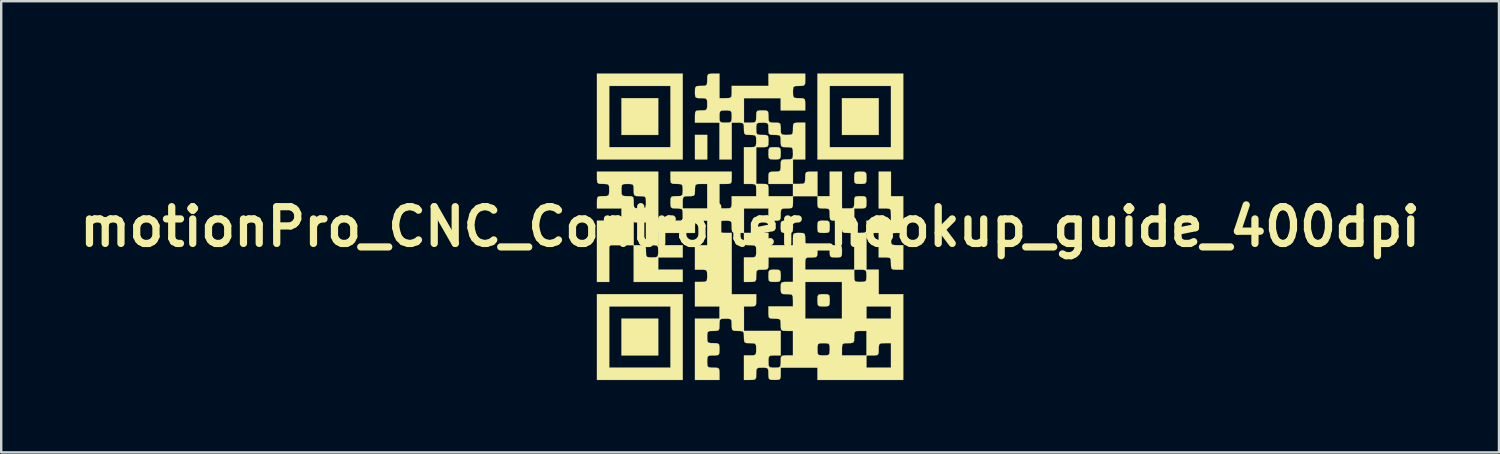
<source format=kicad_pcb>
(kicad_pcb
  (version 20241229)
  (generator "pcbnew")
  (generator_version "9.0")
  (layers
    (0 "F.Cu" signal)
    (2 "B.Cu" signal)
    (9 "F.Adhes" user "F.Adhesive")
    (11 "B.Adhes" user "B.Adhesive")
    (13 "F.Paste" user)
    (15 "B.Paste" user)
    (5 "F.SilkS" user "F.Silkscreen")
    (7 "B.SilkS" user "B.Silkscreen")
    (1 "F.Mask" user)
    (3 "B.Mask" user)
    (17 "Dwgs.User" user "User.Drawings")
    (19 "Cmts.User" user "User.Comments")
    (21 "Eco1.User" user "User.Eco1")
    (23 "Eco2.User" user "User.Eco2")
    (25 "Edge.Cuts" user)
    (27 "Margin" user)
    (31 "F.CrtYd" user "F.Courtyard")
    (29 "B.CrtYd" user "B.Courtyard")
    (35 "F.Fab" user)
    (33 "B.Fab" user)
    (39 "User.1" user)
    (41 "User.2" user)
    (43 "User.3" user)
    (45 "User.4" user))
  (footprint "motionPro_CNC_Controller_hookup_guide_400dpi"
    (layer "F.Cu")
    (at 28.056 6.355)
    (property "Reference" "motionPro_CNC_Controller_hookup_guide_400dpi" (at 0 0 0) (layer "F.SilkS") (effects (font (size 1.524 1.524) (thickness 0.3))))
    (attr through_hole)
    (fp_poly (pts (xy -3.81 -3.81) (xy -5.334 -3.81) (xy -5.334 -5.334) (xy -3.81 -5.334) (xy -3.81 -3.81)) (stroke (width 0.01) (type solid)) (fill yes) (layer "F.SilkS"))
    (fp_poly (pts (xy -3.81 5.334) (xy -5.334 5.334) (xy -5.334 3.81) (xy -3.81 3.81) (xy -3.81 5.334)) (stroke (width 0.01) (type solid)) (fill yes) (layer "F.SilkS"))
    (fp_poly (pts (xy -1.778 -2.794) (xy -2.286 -2.794) (xy -2.286 -3.81) (xy -1.778 -3.81) (xy -1.778 -2.794)) (stroke (width 0.01) (type solid)) (fill yes) (layer "F.SilkS"))
    (fp_poly (pts (xy 5.334 -3.81) (xy 3.81 -3.81) (xy 3.81 -5.334) (xy 5.334 -5.334) (xy 5.334 -3.81)) (stroke (width 0.01) (type solid)) (fill yes) (layer "F.SilkS"))
    (fp_poly (pts (xy -2.794 -2.794) (xy -6.35 -2.794) (xy -6.35 -5.842) (xy -5.842 -5.842) (xy -5.842 -3.302) (xy -3.302 -3.302) (xy -3.302 -5.842) (xy -5.842 -5.842) (xy -6.35 -5.842) (xy -6.35 -6.35) (xy -2.794 -6.35) (xy -2.794 -2.794)) (stroke (width 0.01) (type solid)) (fill yes) (layer "F.SilkS"))
    (fp_poly (pts (xy -2.794 6.35) (xy -6.35 6.35) (xy -6.35 3.302) (xy -5.842 3.302) (xy -5.842 5.842) (xy -3.302 5.842) (xy -3.302 3.302) (xy -5.842 3.302) (xy -6.35 3.302) (xy -6.35 2.794) (xy -2.794 2.794) (xy -2.794 6.35)) (stroke (width 0.01) (type solid)) (fill yes) (layer "F.SilkS"))
    (fp_poly (pts (xy 6.35 -2.794) (xy 2.794 -2.794) (xy 2.794 -5.842) (xy 3.302 -5.842) (xy 3.302 -3.302) (xy 5.842 -3.302) (xy 5.842 -5.842) (xy 3.302 -5.842) (xy 2.794 -5.842) (xy 2.794 -6.35) (xy 6.35 -6.35) (xy 6.35 -2.794)) (stroke (width 0.01) (type solid)) (fill yes) (layer "F.SilkS"))
    (fp_poly (pts (xy 1.179 -3.296) (xy 1.251 -3.253) (xy 1.269 -3.137) (xy 1.27 -3.048) (xy 1.264 -2.885) (xy 1.221 -2.813) (xy 1.105 -2.795) (xy 1.016 -2.794) (xy 0.853 -2.8) (xy 0.781 -2.843) (xy 0.763 -2.959) (xy 0.762 -3.048) (xy 0.768 -3.211) (xy 0.811 -3.283) (xy 0.927 -3.301) (xy 1.016 -3.302) (xy 1.179 -3.296)) (stroke (width 0.01) (type solid)) (fill yes) (layer "F.SilkS"))
    (fp_poly (pts (xy 1.179 1.784) (xy 1.251 1.827) (xy 1.269 1.943) (xy 1.27 2.032) (xy 1.264 2.195) (xy 1.221 2.267) (xy 1.105 2.285) (xy 1.016 2.286) (xy 0.853 2.28) (xy 0.781 2.237) (xy 0.763 2.121) (xy 0.762 2.032) (xy 0.768 1.869) (xy 0.811 1.797) (xy 0.927 1.779) (xy 1.016 1.778) (xy 1.179 1.784)) (stroke (width 0.01) (type solid)) (fill yes) (layer "F.SilkS"))
    (fp_poly (pts (xy 1.687 -0.248) (xy 1.759 -0.205) (xy 1.777 -0.089) (xy 1.778 0) (xy 1.772 0.163) (xy 1.729 0.235) (xy 1.613 0.253) (xy 1.524 0.254) (xy 1.361 0.248) (xy 1.289 0.205) (xy 1.271 0.089) (xy 1.27 0) (xy 1.276 -0.163) (xy 1.319 -0.235) (xy 1.435 -0.253) (xy 1.524 -0.254) (xy 1.687 -0.248)) (stroke (width 0.01) (type solid)) (fill yes) (layer "F.SilkS"))
    (fp_poly (pts (xy 3.211 -0.248) (xy 3.283 -0.205) (xy 3.301 -0.089) (xy 3.302 0) (xy 3.296 0.163) (xy 3.253 0.235) (xy 3.137 0.253) (xy 3.048 0.254) (xy 2.885 0.248) (xy 2.813 0.205) (xy 2.795 0.089) (xy 2.794 0) (xy 2.8 -0.163) (xy 2.843 -0.235) (xy 2.959 -0.253) (xy 3.048 -0.254) (xy 3.211 -0.248)) (stroke (width 0.01) (type solid)) (fill yes) (layer "F.SilkS"))
    (fp_poly (pts (xy 3.211 2.8) (xy 3.283 2.843) (xy 3.301 2.959) (xy 3.302 3.048) (xy 3.296 3.211) (xy 3.253 3.283) (xy 3.137 3.301) (xy 3.048 3.302) (xy 2.885 3.296) (xy 2.813 3.253) (xy 2.795 3.137) (xy 2.794 3.048) (xy 2.8 2.885) (xy 2.843 2.813) (xy 2.959 2.795) (xy 3.048 2.794) (xy 3.211 2.8)) (stroke (width 0.01) (type solid)) (fill yes) (layer "F.SilkS"))
    (fp_poly (pts (xy 3.719 0.768) (xy 3.791 0.811) (xy 3.809 0.927) (xy 3.81 1.016) (xy 3.804 1.179) (xy 3.761 1.251) (xy 3.645 1.269) (xy 3.556 1.27) (xy 3.393 1.264) (xy 3.321 1.221) (xy 3.303 1.105) (xy 3.302 1.016) (xy 3.308 0.853) (xy 3.351 0.781) (xy 3.467 0.763) (xy 3.556 0.762) (xy 3.719 0.768)) (stroke (width 0.01) (type solid)) (fill yes) (layer "F.SilkS"))
    (fp_poly (pts (xy 4.735 -2.28) (xy 4.807 -2.237) (xy 4.825 -2.121) (xy 4.826 -2.032) (xy 4.82 -1.869) (xy 4.777 -1.797) (xy 4.661 -1.779) (xy 4.572 -1.778) (xy 4.409 -1.784) (xy 4.337 -1.827) (xy 4.319 -1.943) (xy 4.318 -2.032) (xy 4.324 -2.195) (xy 4.367 -2.267) (xy 4.483 -2.285) (xy 4.572 -2.286) (xy 4.735 -2.28)) (stroke (width 0.01) (type solid)) (fill yes) (layer "F.SilkS"))
    (fp_poly (pts (xy -5.842 0.762) (xy -5.842 2.286) (xy -6.35 2.286) (xy -6.35 -0.254) (xy -5.334 -0.254) (xy -4.826 -0.254) (xy -4.826 0.762) (xy -4.572 0.762) (xy -4.409 0.768) (xy -4.337 0.811) (xy -4.319 0.927) (xy -4.318 1.016) (xy -4.312 1.179) (xy -4.269 1.251) (xy -4.153 1.269) (xy -4.064 1.27) (xy -3.901 1.264) (xy -3.829 1.221) (xy -3.811 1.105) (xy -3.81 1.016) (xy -3.816 0.853) (xy -3.859 0.781) (xy -3.975 0.763) (xy -4.064 0.762) (xy -4.318 0.762) (xy -4.318 -0.254) (xy -4.826 -0.254) (xy -5.334 -0.254) (xy -5.334 -0.762) (xy -6.35 -0.762) (xy -6.35 -1.016) (xy -6.344 -1.179) (xy -6.301 -1.251) (xy -6.185 -1.269) (xy -6.096 -1.27) (xy -5.933 -1.276) (xy -5.861 -1.319) (xy -5.843 -1.435) (xy -5.842 -1.524) (xy -5.334 -1.524) (xy -5.328 -1.361) (xy -5.285 -1.289) (xy -5.169 -1.271) (xy -5.08 -1.27) (xy -4.917 -1.264) (xy -4.845 -1.221) (xy -4.827 -1.105) (xy -4.826 -1.016) (xy -4.82 -0.853) (xy -4.777 -0.781) (xy -4.661 -0.763) (xy -4.572 -0.762) (xy -4.409 -0.768) (xy -4.337 -0.811) (xy -4.319 -0.927) (xy -4.318 -1.016) (xy -4.324 -1.179) (xy -4.367 -1.251) (xy -4.483 -1.269) (xy -4.572 -1.27) (xy -4.735 -1.276) (xy -4.807 -1.319) (xy -4.825 -1.435) (xy -4.826 -1.524) (xy -4.832 -1.687) (xy -4.875 -1.759) (xy -4.991 -1.777) (xy -5.08 -1.778) (xy -5.243 -1.772) (xy -5.315 -1.729) (xy -5.333 -1.613) (xy -5.334 -1.524) (xy -5.842 -1.524) (xy -5.848 -1.687) (xy -5.891 -1.759) (xy -6.007 -1.777) (xy -6.096 -1.778) (xy -6.259 -1.784) (xy -6.331 -1.827) (xy -6.349 -1.943) (xy -6.35 -2.032) (xy -6.35 -2.286) (xy -3.81 -2.286) (xy -3.81 -0.254) (xy -2.794 -0.254) (xy -2.794 -0.508) (xy -2.8 -0.671) (xy -2.843 -0.743) (xy -2.959 -0.761) (xy -3.048 -0.762) (xy -3.211 -0.768) (xy -3.283 -0.811) (xy -3.301 -0.927) (xy -3.302 -1.016) (xy -2.794 -1.016) (xy -2.794 -0.762) (xy -1.778 -0.762) (xy -1.778 -1.778) (xy -2.032 -1.778) (xy -2.195 -1.772) (xy -2.267 -1.729) (xy -2.285 -1.613) (xy -2.286 -1.524) (xy -2.292 -1.361) (xy -2.335 -1.289) (xy -2.451 -1.271) (xy -2.54 -1.27) (xy -2.703 -1.264) (xy -2.775 -1.221) (xy -2.793 -1.105) (xy -2.794 -1.016) (xy -3.302 -1.016) (xy -3.296 -1.179) (xy -3.253 -1.251) (xy -3.137 -1.269) (xy -3.048 -1.27) (xy -2.885 -1.276) (xy -2.813 -1.319) (xy -2.795 -1.435) (xy -2.794 -1.524) (xy -2.8 -1.687) (xy -2.843 -1.759) (xy -2.959 -1.777) (xy -3.048 -1.778) (xy -3.211 -1.784) (xy -3.283 -1.827) (xy -3.301 -1.943) (xy -3.302 -2.032) (xy -3.302 -2.286) (xy -0.762 -2.286) (xy -0.762 -2.032) (xy -0.768 -1.869) (xy -0.811 -1.797) (xy -0.927 -1.779) (xy -1.016 -1.778) (xy -1.27 -1.778) (xy -1.27 -0.762) (xy -1.016 -0.762) (xy -0.254 -0.762) (xy -0.254 0.254) (xy 0.762 0.254) (xy 0.762 0.762) (xy 1.778 0.762) (xy 1.778 0.508) (xy 1.784 0.345) (xy 1.827 0.273) (xy 1.943 0.255) (xy 2.032 0.254) (xy 2.195 0.26) (xy 2.267 0.303) (xy 2.285 0.419) (xy 2.286 0.508) (xy 2.292 0.671) (xy 2.335 0.743) (xy 2.451 0.761) (xy 2.54 0.762) (xy 2.703 0.768) (xy 2.775 0.811) (xy 2.793 0.927) (xy 2.794 1.016) (xy 2.788 1.179) (xy 2.745 1.251) (xy 2.629 1.269) (xy 2.54 1.27) (xy 2.377 1.276) (xy 2.305 1.319) (xy 2.287 1.435) (xy 2.286 1.524) (xy 2.286 1.778) (xy 4.318 1.778) (xy 4.318 2.032) (xy 4.324 2.195) (xy 4.367 2.267) (xy 4.483 2.285) (xy 4.572 2.286) (xy 4.735 2.28) (xy 4.807 2.237) (xy 4.825 2.121) (xy 4.826 2.032) (xy 4.82 1.869) (xy 4.777 1.797) (xy 4.661 1.779) (xy 4.572 1.778) (xy 4.318 1.778) (xy 4.318 0.254) (xy 4.064 0.254) (xy 3.901 0.248) (xy 3.829 0.205) (xy 3.811 0.089) (xy 3.81 0) (xy 3.804 -0.163) (xy 3.761 -0.235) (xy 3.645 -0.253) (xy 3.556 -0.254) (xy 3.393 -0.26) (xy 3.321 -0.303) (xy 3.303 -0.419) (xy 3.302 -0.508) (xy 3.296 -0.671) (xy 3.253 -0.743) (xy 3.137 -0.761) (xy 3.048 -0.762) (xy 2.885 -0.768) (xy 2.813 -0.811) (xy 2.795 -0.927) (xy 2.794 -1.016) (xy 2.794 -1.27) (xy 1.778 -1.27) (xy 1.778 -1.016) (xy 1.772 -0.853) (xy 1.729 -0.781) (xy 1.613 -0.763) (xy 1.524 -0.762) (xy 1.361 -0.756) (xy 1.289 -0.713) (xy 1.271 -0.597) (xy 1.27 -0.508) (xy 1.264 -0.345) (xy 1.221 -0.273) (xy 1.105 -0.255) (xy 1.016 -0.254) (xy 0.853 -0.26) (xy 0.781 -0.303) (xy 0.763 -0.419) (xy 0.762 -0.508) (xy 0.762 -0.762) (xy -0.254 -0.762) (xy -1.016 -0.762) (xy -0.853 -0.768) (xy -0.781 -0.811) (xy -0.763 -0.927) (xy -0.762 -1.016) (xy -0.762 -1.27) (xy 0.254 -1.27) (xy 0.254 -1.524) (xy 0.248 -1.687) (xy 0.205 -1.759) (xy 0.089 -1.777) (xy 0 -1.778) (xy -0.254 -1.778) (xy -0.254 -3.302) (xy 0 -3.302) (xy 0.163 -3.308) (xy 0.235 -3.351) (xy 0.253 -3.467) (xy 0.254 -3.556) (xy 0.248 -3.719) (xy 0.205 -3.791) (xy 0.089 -3.809) (xy 0 -3.81) (xy -0.163 -3.816) (xy -0.235 -3.859) (xy -0.253 -3.975) (xy -0.254 -4.064) (xy 0.254 -4.064) (xy 0.26 -3.901) (xy 0.303 -3.829) (xy 0.419 -3.811) (xy 0.508 -3.81) (xy 0.671 -3.804) (xy 0.743 -3.761) (xy 0.761 -3.645) (xy 0.762 -3.556) (xy 0.756 -3.393) (xy 0.713 -3.321) (xy 0.597 -3.303) (xy 0.508 -3.302) (xy 0.254 -3.302) (xy 0.254 -1.778) (xy 0.508 -1.778) (xy 0.671 -1.772) (xy 0.743 -1.729) (xy 0.761 -1.613) (xy 0.762 -1.524) (xy 0.762 -1.27) (xy 1.778 -1.27) (xy 1.778 -1.778) (xy 0.762 -1.778) (xy 0.762 -2.032) (xy 0.768 -2.195) (xy 0.811 -2.267) (xy 0.927 -2.285) (xy 1.016 -2.286) (xy 1.179 -2.292) (xy 1.251 -2.335) (xy 1.269 -2.451) (xy 1.27 -2.54) (xy 1.276 -2.703) (xy 1.319 -2.775) (xy 1.435 -2.793) (xy 1.524 -2.794) (xy 1.687 -2.8) (xy 1.759 -2.843) (xy 1.777 -2.959) (xy 1.778 -3.048) (xy 1.772 -3.211) (xy 1.729 -3.283) (xy 1.613 -3.301) (xy 1.524 -3.302) (xy 1.361 -3.308) (xy 1.289 -3.351) (xy 1.271 -3.467) (xy 1.27 -3.556) (xy 1.264 -3.719) (xy 1.221 -3.791) (xy 1.105 -3.809) (xy 1.016 -3.81) (xy 0.853 -3.816) (xy 0.781 -3.859) (xy 0.763 -3.975) (xy 0.762 -4.064) (xy 0.756 -4.227) (xy 0.713 -4.299) (xy 0.597 -4.317) (xy 0.508 -4.318) (xy 0.345 -4.312) (xy 0.273 -4.269) (xy 0.255 -4.153) (xy 0.254 -4.064) (xy -0.254 -4.064) (xy -0.26 -4.227) (xy -0.303 -4.299) (xy -0.419 -4.317) (xy -0.508 -4.318) (xy -0.762 -4.318) (xy -0.762 -2.794) (xy -1.27 -2.794) (xy -1.27 -4.318) (xy -2.286 -4.318) (xy -2.286 -4.572) (xy -1.27 -4.572) (xy -1.264 -4.409) (xy -1.221 -4.337) (xy -1.105 -4.319) (xy -1.016 -4.318) (xy -0.853 -4.324) (xy -0.781 -4.367) (xy -0.763 -4.483) (xy -0.762 -4.572) (xy -0.768 -4.735) (xy -0.811 -4.807) (xy -0.927 -4.825) (xy -1.016 -4.826) (xy -1.179 -4.82) (xy -1.251 -4.777) (xy -1.269 -4.661) (xy -1.27 -4.572) (xy -2.286 -4.572) (xy -2.28 -4.735) (xy -2.237 -4.807) (xy -2.121 -4.825) (xy -2.032 -4.826) (xy -1.869 -4.832) (xy -1.797 -4.875) (xy -1.779 -4.991) (xy -1.778 -5.08) (xy -1.784 -5.243) (xy -1.827 -5.315) (xy -1.943 -5.333) (xy -2.032 -5.334) (xy -2.195 -5.34) (xy -2.267 -5.383) (xy -2.285 -5.499) (xy -2.286 -5.588) (xy -2.28 -5.751) (xy -2.237 -5.823) (xy -2.121 -5.841) (xy -2.032 -5.842) (xy -1.869 -5.848) (xy -1.797 -5.891) (xy -1.779 -6.007) (xy -1.778 -6.096) (xy -1.772 -6.259) (xy -1.729 -6.331) (xy -1.613 -6.349) (xy -1.524 -6.35) (xy -1.27 -6.35) (xy -1.27 -5.334) (xy -1.016 -5.334) (xy -0.853 -5.34) (xy -0.781 -5.383) (xy -0.763 -5.499) (xy -0.762 -5.588) (xy -0.762 -5.842) (xy 0.762 -5.842) (xy 0.762 -6.35) (xy 2.286 -6.35) (xy 2.286 -6.096) (xy 2.28 -5.933) (xy 2.237 -5.861) (xy 2.121 -5.843) (xy 2.032 -5.842) (xy 1.869 -5.836) (xy 1.797 -5.793) (xy 1.779 -5.677) (xy 1.778 -5.588) (xy 1.784 -5.425) (xy 1.827 -5.353) (xy 1.943 -5.335) (xy 2.032 -5.334) (xy 2.195 -5.328) (xy 2.267 -5.285) (xy 2.285 -5.169) (xy 2.286 -5.08) (xy 2.286 -4.826) (xy 1.27 -4.826) (xy 1.27 -5.334) (xy -0.254 -5.334) (xy -0.254 -4.318) (xy 0 -4.318) (xy 0.163 -4.324) (xy 0.235 -4.367) (xy 0.253 -4.483) (xy 0.254 -4.572) (xy 0.26 -4.735) (xy 0.303 -4.807) (xy 0.419 -4.825) (xy 0.508 -4.826) (xy 0.671 -4.82) (xy 0.743 -4.777) (xy 0.761 -4.661) (xy 0.762 -4.572) (xy 0.768 -4.409) (xy 0.811 -4.337) (xy 0.927 -4.319) (xy 1.016 -4.318) (xy 1.179 -4.312) (xy 1.251 -4.269) (xy 1.269 -4.153) (xy 1.27 -4.064) (xy 1.276 -3.901) (xy 1.319 -3.829) (xy 1.435 -3.811) (xy 1.524 -3.81) (xy 1.687 -3.816) (xy 1.759 -3.859) (xy 1.777 -3.975) (xy 1.778 -4.064) (xy 1.784 -4.227) (xy 1.827 -4.299) (xy 1.943 -4.317) (xy 2.032 -4.318) (xy 2.286 -4.318) (xy 2.286 -2.794) (xy 1.778 -2.794) (xy 1.778 -1.778) (xy 2.032 -1.778) (xy 2.195 -1.784) (xy 2.267 -1.827) (xy 2.285 -1.943) (xy 2.286 -2.032) (xy 2.292 -2.195) (xy 2.335 -2.267) (xy 2.451 -2.285) (xy 2.54 -2.286) (xy 2.794 -2.286) (xy 2.794 -1.27) (xy 3.302 -1.27) (xy 3.302 -2.286) (xy 3.81 -2.286) (xy 3.81 -0.762) (xy 4.064 -0.762) (xy 4.227 -0.768) (xy 4.299 -0.811) (xy 4.317 -0.927) (xy 4.318 -1.016) (xy 4.324 -1.179) (xy 4.367 -1.251) (xy 4.483 -1.269) (xy 4.572 -1.27) (xy 4.735 -1.264) (xy 4.807 -1.221) (xy 4.825 -1.105) (xy 4.826 -1.016) (xy 4.82 -0.853) (xy 4.777 -0.781) (xy 4.661 -0.763) (xy 4.572 -0.762) (xy 4.318 -0.762) (xy 4.318 0.254) (xy 4.572 0.254) (xy 4.735 0.248) (xy 4.807 0.205) (xy 4.825 0.089) (xy 4.826 0) (xy 4.826 -0.254) (xy 5.842 -0.254) (xy 5.842 -0.508) (xy 5.836 -0.671) (xy 5.793 -0.743) (xy 5.677 -0.761) (xy 5.588 -0.762) (xy 5.334 -0.762) (xy 5.334 -2.286) (xy 5.842 -2.286) (xy 5.842 -1.27) (xy 6.35 -1.27) (xy 6.35 0.254) (xy 6.096 0.254) (xy 5.933 0.26) (xy 5.861 0.303) (xy 5.843 0.419) (xy 5.842 0.508) (xy 5.848 0.671) (xy 5.891 0.743) (xy 6.007 0.761) (xy 6.096 0.762) (xy 6.35 0.762) (xy 6.35 1.778) (xy 6.096 1.778) (xy 5.933 1.772) (xy 5.861 1.729) (xy 5.843 1.613) (xy 5.842 1.524) (xy 5.836 1.361) (xy 5.793 1.289) (xy 5.677 1.271) (xy 5.588 1.27) (xy 5.334 1.27) (xy 5.334 0.254) (xy 4.826 0.254) (xy 4.826 1.778) (xy 5.334 1.778) (xy 5.334 2.794) (xy 6.35 2.794) (xy 6.35 6.35) (xy 2.794 6.35) (xy 2.794 5.842) (xy 1.27 5.842) (xy 1.27 6.096) (xy 1.264 6.259) (xy 1.221 6.331) (xy 1.105 6.349) (xy 1.016 6.35) (xy 0.853 6.344) (xy 0.781 6.301) (xy 0.763 6.185) (xy 0.762 6.096) (xy 0.756 5.933) (xy 0.713 5.861) (xy 0.597 5.843) (xy 0.508 5.842) (xy 0.345 5.848) (xy 0.273 5.891) (xy 0.255 6.007) (xy 0.254 6.096) (xy 0.248 6.259) (xy 0.205 6.331) (xy 0.089 6.349) (xy 0 6.35) (xy -0.254 6.35) (xy -0.254 5.334) (xy 0 5.334) (xy 0.163 5.328) (xy 0.235 5.285) (xy 0.253 5.169) (xy 0.254 5.08) (xy 0.248 4.917) (xy 0.205 4.845) (xy 0.089 4.827) (xy 0 4.826) (xy -0.163 4.82) (xy -0.235 4.777) (xy -0.253 4.661) (xy -0.254 4.572) (xy -0.26 4.409) (xy -0.303 4.337) (xy -0.419 4.319) (xy -0.508 4.318) (xy -0.671 4.312) (xy -0.743 4.269) (xy -0.761 4.153) (xy -0.762 4.064) (xy -0.768 3.901) (xy -0.811 3.829) (xy -0.927 3.811) (xy -1.016 3.81) (xy -1.179 3.816) (xy -1.251 3.859) (xy -1.269 3.975) (xy -1.27 4.064) (xy -1.276 4.227) (xy -1.319 4.299) (xy -1.435 4.317) (xy -1.524 4.318) (xy -1.687 4.324) (xy -1.759 4.367) (xy -1.777 4.483) (xy -1.778 4.572) (xy -1.772 4.735) (xy -1.729 4.807) (xy -1.613 4.825) (xy -1.524 4.826) (xy -1.361 4.832) (xy -1.289 4.875) (xy -1.271 4.991) (xy -1.27 5.08) (xy -1.276 5.243) (xy -1.319 5.315) (xy -1.435 5.333) (xy -1.524 5.334) (xy -1.687 5.34) (xy -1.759 5.383) (xy -1.777 5.499) (xy -1.778 5.588) (xy -1.772 5.751) (xy -1.729 5.823) (xy -1.613 5.841) (xy -1.524 5.842) (xy -1.361 5.848) (xy -1.289 5.891) (xy -1.271 6.007) (xy -1.27 6.096) (xy -1.27 6.35) (xy -2.286 6.35) (xy -2.286 3.81) (xy -1.27 3.81) (xy -1.27 3.302) (xy -2.286 3.302) (xy -2.286 2.286) (xy -2.032 2.286) (xy -1.869 2.28) (xy -1.797 2.237) (xy -1.779 2.121) (xy -1.778 2.032) (xy -1.784 1.869) (xy -1.827 1.797) (xy -1.943 1.779) (xy -2.032 1.778) (xy -2.286 1.778) (xy -2.286 0.762) (xy -1.778 0.762) (xy -1.778 0) (xy -1.27 0) (xy -1.264 0.163) (xy -1.221 0.235) (xy -1.105 0.253) (xy -1.016 0.254) (xy -0.762 0.254) (xy -0.762 2.794) (xy 0.254 2.794) (xy 0.254 3.048) (xy 0.248 3.211) (xy 0.205 3.283) (xy 0.089 3.301) (xy 0 3.302) (xy -0.254 3.302) (xy -0.254 4.318) (xy 1.27 4.318) (xy 1.27 5.334) (xy 1.016 5.334) (xy 0.853 5.34) (xy 0.781 5.383) (xy 0.763 5.499) (xy 0.762 5.588) (xy 0.768 5.751) (xy 0.811 5.823) (xy 0.927 5.841) (xy 1.016 5.842) (xy 1.179 5.836) (xy 1.251 5.793) (xy 1.269 5.677) (xy 1.27 5.588) (xy 1.276 5.425) (xy 1.319 5.353) (xy 1.435 5.335) (xy 1.524 5.334) (xy 1.778 5.334) (xy 1.778 5.08) (xy 2.794 5.08) (xy 2.8 5.243) (xy 2.843 5.315) (xy 2.959 5.333) (xy 3.048 5.334) (xy 3.211 5.328) (xy 3.283 5.285) (xy 3.301 5.169) (xy 3.302 5.08) (xy 3.81 5.08) (xy 3.81 5.334) (xy 4.826 5.334) (xy 4.826 5.842) (xy 5.842 5.842) (xy 5.842 4.826) (xy 5.588 4.826) (xy 5.425 4.832) (xy 5.353 4.875) (xy 5.335 4.991) (xy 5.334 5.08) (xy 5.328 5.243) (xy 5.285 5.315) (xy 5.169 5.333) (xy 5.08 5.334) (xy 4.826 5.334) (xy 4.826 4.318) (xy 4.572 4.318) (xy 4.409 4.324) (xy 4.337 4.367) (xy 4.319 4.483) (xy 4.318 4.572) (xy 4.312 4.735) (xy 4.269 4.807) (xy 4.153 4.825) (xy 4.064 4.826) (xy 3.901 4.832) (xy 3.829 4.875) (xy 3.811 4.991) (xy 3.81 5.08) (xy 3.302 5.08) (xy 3.296 4.917) (xy 3.253 4.845) (xy 3.137 4.827) (xy 3.048 4.826) (xy 2.885 4.832) (xy 2.813 4.875) (xy 2.795 4.991) (xy 2.794 5.08) (xy 1.778 5.08) (xy 1.778 4.318) (xy 1.524 4.318) (xy 1.361 4.312) (xy 1.289 4.269) (xy 1.271 4.153) (xy 1.27 4.064) (xy 1.264 3.901) (xy 1.221 3.829) (xy 1.105 3.811) (xy 1.016 3.81) (xy 0.853 3.804) (xy 0.781 3.761) (xy 0.763 3.645) (xy 0.762 3.556) (xy 0.762 3.302) (xy 1.778 3.302) (xy 1.778 3.048) (xy 1.772 2.885) (xy 1.729 2.813) (xy 1.613 2.795) (xy 1.524 2.794) (xy 1.361 2.788) (xy 1.289 2.745) (xy 1.271 2.629) (xy 1.27 2.54) (xy 1.276 2.377) (xy 1.319 2.305) (xy 1.435 2.287) (xy 1.524 2.286) (xy 1.778 2.286) (xy 2.286 2.286) (xy 2.286 3.81) (xy 3.81 3.81) (xy 3.81 3.302) (xy 4.826 3.302) (xy 4.826 3.81) (xy 5.842 3.81) (xy 5.842 3.302) (xy 4.826 3.302) (xy 3.81 3.302) (xy 3.81 2.286) (xy 2.286 2.286) (xy 1.778 2.286) (xy 1.778 1.27) (xy 0.762 1.27) (xy 0.762 1.524) (xy 0.756 1.687) (xy 0.713 1.759) (xy 0.597 1.777) (xy 0.508 1.778) (xy 0.345 1.784) (xy 0.273 1.827) (xy 0.255 1.943) (xy 0.254 2.032) (xy 0.248 2.195) (xy 0.205 2.267) (xy 0.089 2.285) (xy 0 2.286) (xy -0.254 2.286) (xy -0.254 1.27) (xy 0 1.27) (xy 0.163 1.264) (xy 0.235 1.221) (xy 0.253 1.105) (xy 0.254 1.016) (xy 0.248 0.853) (xy 0.205 0.781) (xy 0.089 0.763) (xy 0 0.762) (xy -0.163 0.756) (xy -0.235 0.713) (xy -0.253 0.597) (xy -0.254 0.508) (xy -0.254 0.254) (xy -0.508 0.254) (xy -0.671 0.248) (xy -0.743 0.205) (xy -0.761 0.089) (xy -0.762 0) (xy -0.768 -0.163) (xy -0.811 -0.235) (xy -0.927 -0.253) (xy -1.016 -0.254) (xy -1.179 -0.248) (xy -1.251 -0.205) (xy -1.269 -0.089) (xy -1.27 0) (xy -1.778 0) (xy -1.778 -0.254) (xy -2.032 -0.254) (xy -2.195 -0.248) (xy -2.267 -0.205) (xy -2.285 -0.089) (xy -2.286 0) (xy -2.286 0.254) (xy -3.81 0.254) (xy -3.81 0.762) (xy -2.794 0.762) (xy -2.794 1.27) (xy -3.81 1.27) (xy -3.81 1.778) (xy -2.794 1.778) (xy -2.794 2.286) (xy -4.826 2.286) (xy -4.826 0.762) (xy -5.842 0.762)) (stroke (width 0.01) (type solid)) (fill yes) (layer "F.SilkS")))
  (gr_rect
    (start -3 -3)
    (end 59.112 15.71)
    (stroke (width 0.1) (type default))
    (fill no)
    (layer "Edge.Cuts")))
</source>
